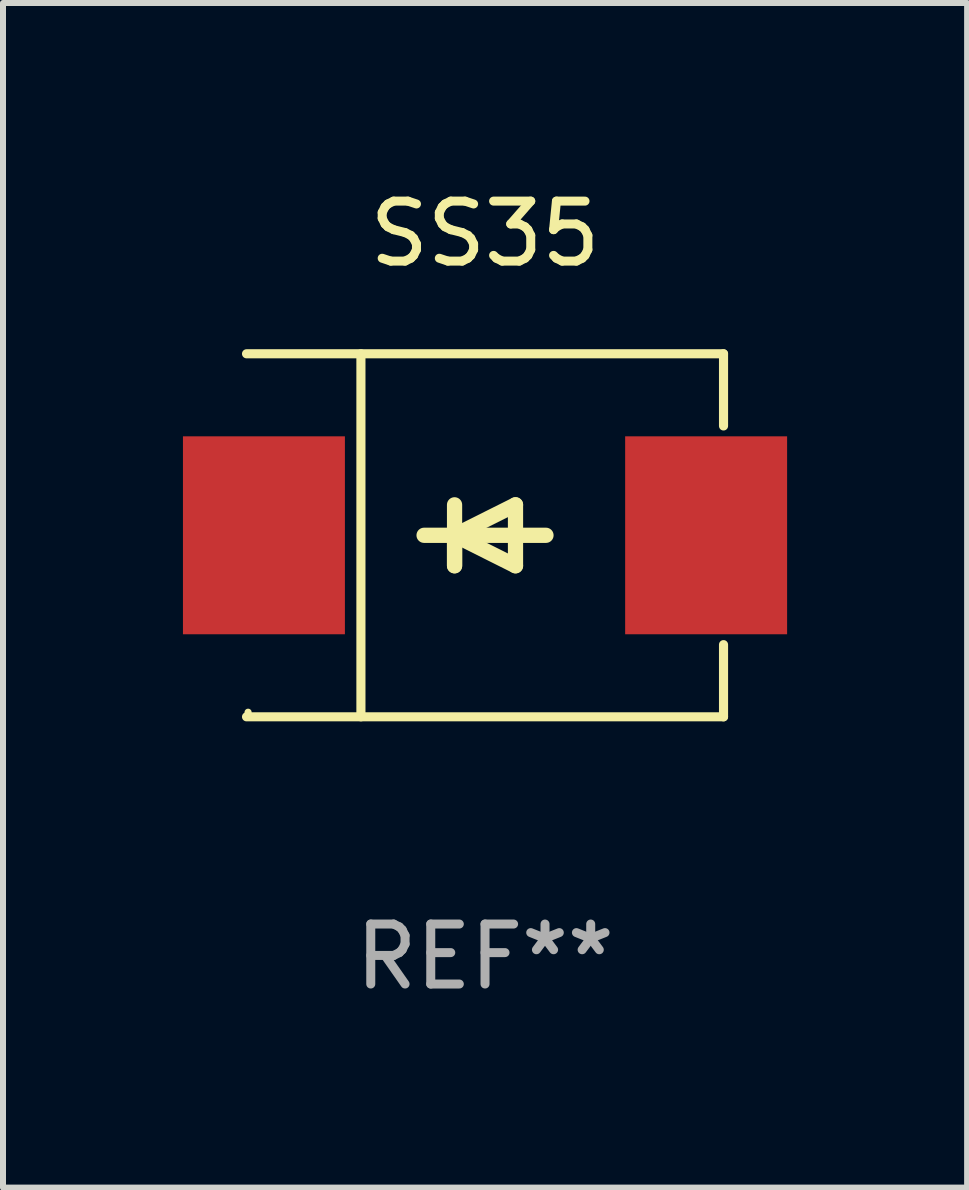
<source format=kicad_pcb>
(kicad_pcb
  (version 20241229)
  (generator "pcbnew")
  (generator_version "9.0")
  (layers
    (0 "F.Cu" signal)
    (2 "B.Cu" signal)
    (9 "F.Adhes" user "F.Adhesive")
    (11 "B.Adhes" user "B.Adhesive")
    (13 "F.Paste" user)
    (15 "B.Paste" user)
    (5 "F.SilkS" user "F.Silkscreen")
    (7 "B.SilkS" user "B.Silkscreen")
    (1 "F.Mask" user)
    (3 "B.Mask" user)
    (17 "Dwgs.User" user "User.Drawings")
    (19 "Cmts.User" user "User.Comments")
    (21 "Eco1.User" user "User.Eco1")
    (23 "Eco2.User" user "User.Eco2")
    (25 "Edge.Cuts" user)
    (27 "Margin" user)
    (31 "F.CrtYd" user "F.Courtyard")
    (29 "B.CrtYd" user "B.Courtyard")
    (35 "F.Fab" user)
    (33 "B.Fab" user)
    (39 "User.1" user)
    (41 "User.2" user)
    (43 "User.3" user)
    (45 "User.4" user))
  (footprint "SS35"
    (layer "F.Cu")
    (at 5.036 5.874)
    (property "Reference" "SS35" (at 0 -5.026 0) (layer "F.SilkS") (effects (font (size 1 1) (thickness 0.15))))
    (attr through_hole)
    (fp_line (start -3.976 -3.026) (end 3.976 -3.026) (stroke (width 0.152) (type solid)) (layer "F.SilkS"))
    (fp_line (start -3.976 3.026) (end 3.976 3.026) (stroke (width 0.152) (type solid)) (layer "F.SilkS"))
    (fp_line (start -2.069 -3.026) (end -2.069 3.026) (stroke (width 0.152) (type solid)) (layer "F.SilkS"))
    (fp_line (start -0.508 0) (end -0.508 0.508) (stroke (width 0.254) (type solid)) (layer "F.SilkS"))
    (fp_line (start -0.508 0) (end 0.508 0.508) (stroke (width 0.254) (type solid)) (layer "F.SilkS"))
    (fp_line (start -0.508 0.508) (end -0.508 -0.508) (stroke (width 0.254) (type solid)) (layer "F.SilkS"))
    (fp_line (start 0.508 -0.508) (end -0.508 0) (stroke (width 0.254) (type solid)) (layer "F.SilkS"))
    (fp_line (start 0.508 0.508) (end 0.508 -0.508) (stroke (width 0.254) (type solid)) (layer "F.SilkS"))
    (fp_line (start 1.016 0) (end -1.016 0) (stroke (width 0.254) (type solid)) (layer "F.SilkS"))
    (fp_line (start 3.976 -3.026) (end 3.976 -1.823) (stroke (width 0.152) (type solid)) (layer "F.SilkS"))
    (fp_line (start 3.976 3.026) (end 3.976 1.823) (stroke (width 0.152) (type solid)) (layer "F.SilkS"))
    (fp_circle (center -3.95 2.95) (end -3.92 2.95) (stroke (width 0.06) (type solid)) (fill no) (layer "F.SilkS"))
    (fp_text user "REF**" (at 0 7.026 0) (layer "F.Fab") (effects (font (size 1 1) (thickness 0.15))))
    (pad "1" smd rect (at -3.686 0) (size 2.7 3.3) (layers "F.Cu" "F.Mask" "F.Paste"))
    (pad "2" smd rect (at 3.686 0) (size 2.7 3.3) (layers "F.Cu" "F.Mask" "F.Paste")))
  (gr_rect
    (start -3 -3)
    (end 13.073 16.749)
    (stroke (width 0.1) (type default))
    (fill no)
    (layer "Edge.Cuts")))
</source>
